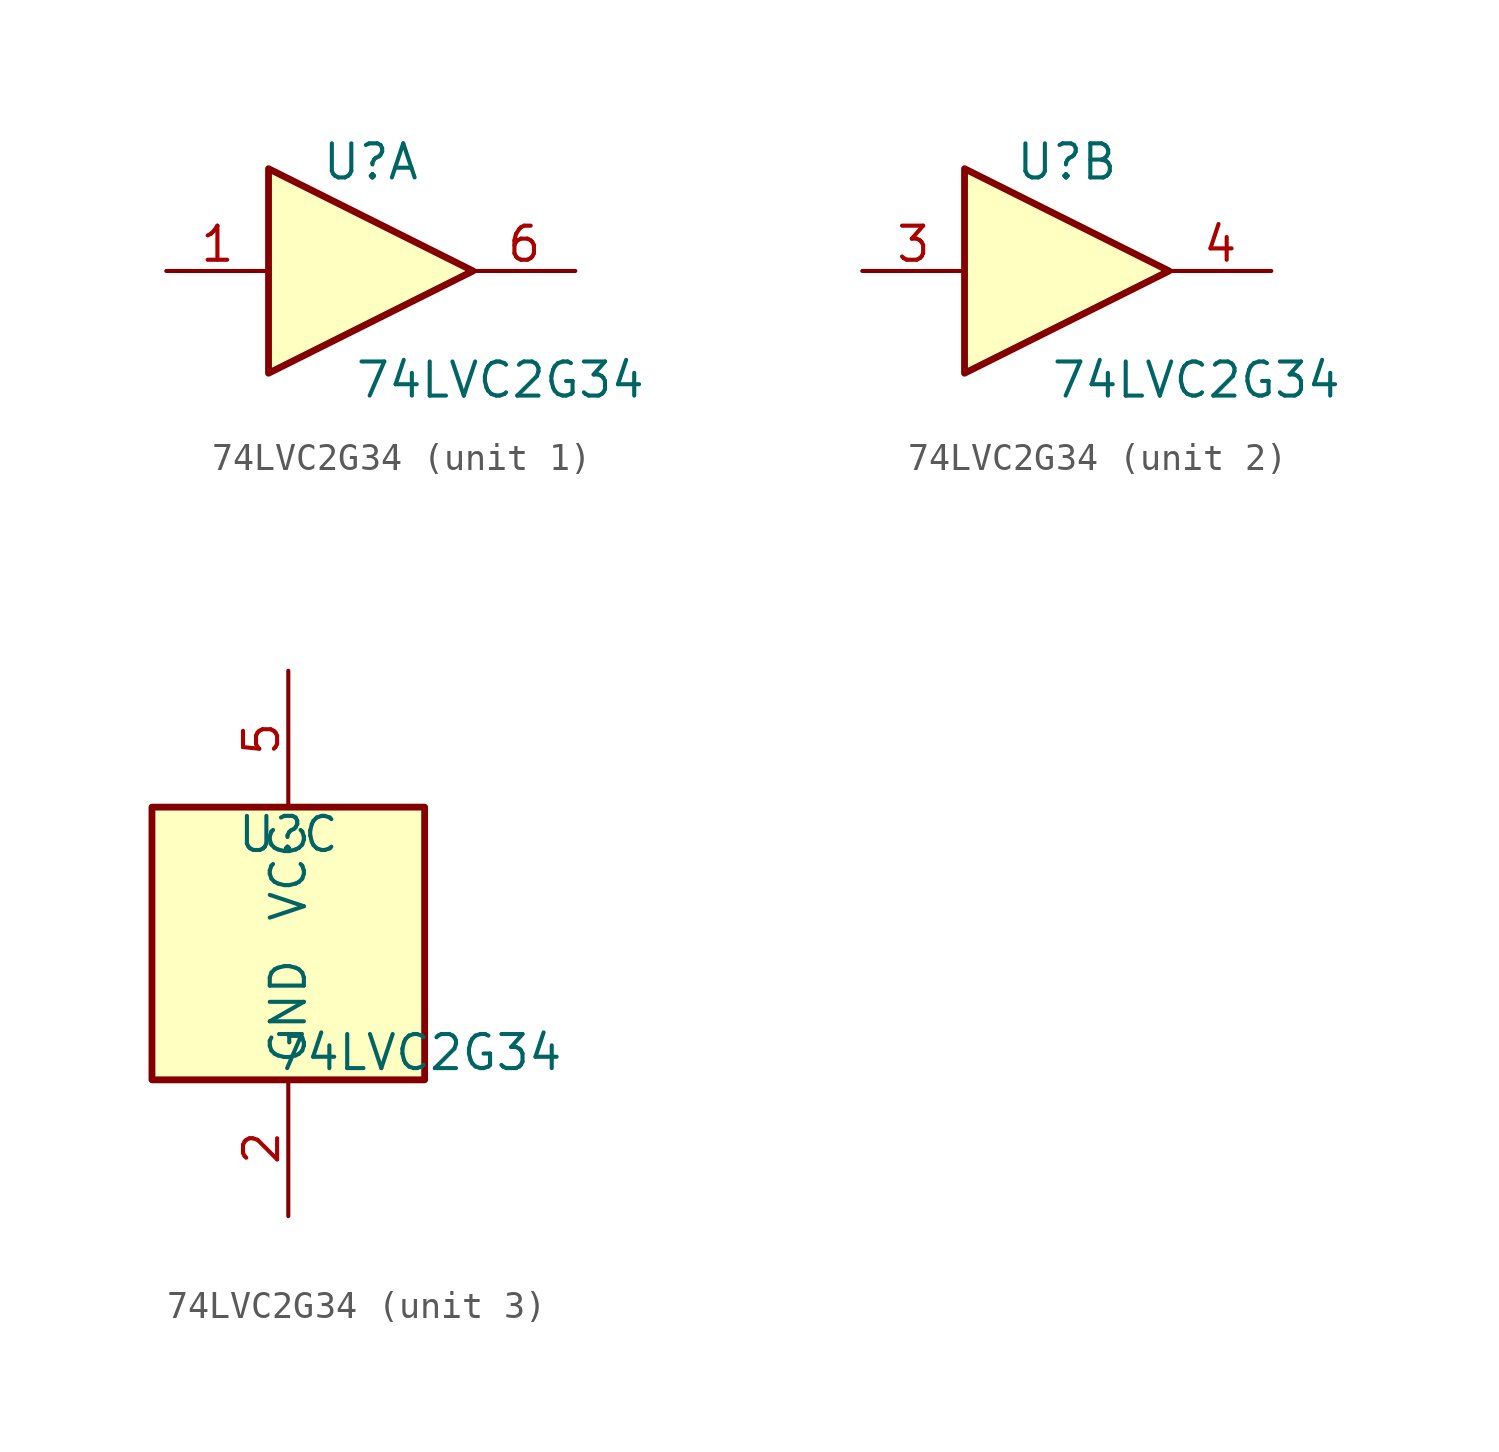
<source format=kicad_sym>
(kicad_symbol_lib
  (version 20231120)
  (generator "kicad_symbol_editor")
  (generator_version "8.0")
  (symbol "74LVC2G34"
    (property "Reference" "U"
      (at 0 4.064 0)
      (effects (font (size 1.27 1.27))))
    (property "Value" "74LVC2G34"
      (at 4.826 -4.064 0)
      (effects (font (size 1.27 1.27))))
    (symbol "74LVC2G34_1_0"
      (polyline (pts (xy -3.81 3.81) (xy -3.81 -3.81) (xy 3.81 0) (xy -3.81 3.81)) (stroke (width 0.254) (type default)) (fill (type background)))
      (pin input line (at -7.62 0 0) (length 3.81) (name "~" (effects (font (size 1.27 1.27)))) (number "1" (effects (font (size 1.27 1.27))))))
    (symbol "74LVC2G34_1_1"
      (pin output line (at 7.62 0 180) (length 3.81) (name "~" (effects (font (size 1.27 1.27)))) (number "6" (effects (font (size 1.27 1.27))))))
    (symbol "74LVC2G34_2_0"
      (polyline (pts (xy -3.81 3.81) (xy -3.81 -3.81) (xy 3.81 0) (xy -3.81 3.81)) (stroke (width 0.254) (type default)) (fill (type background)))
      (pin input line (at -7.62 0 0) (length 3.81) (name "~" (effects (font (size 1.27 1.27)))) (number "3" (effects (font (size 1.27 1.27))))))
    (symbol "74LVC2G34_2_1"
      (pin output line (at 7.62 0 180) (length 3.81) (name "~" (effects (font (size 1.27 1.27)))) (number "4" (effects (font (size 1.27 1.27))))))
    (symbol "74LVC2G34_3_0"
      (rectangle (start -5.08 -5.08) (end 5.08 5.08) (stroke (width 0.254) (type default)) (fill (type background))))
    (symbol "74LVC2G34_3_1"
      (pin power_in line (at 0 -10.16 90) (length 5.08) (name "GND" (effects (font (size 1.27 1.27)))) (number "2" (effects (font (size 1.27 1.27)))))
      (pin power_in line (at 0 10.16 270) (length 5.08) (name "VCC" (effects (font (size 1.27 1.27)))) (number "5" (effects (font (size 1.27 1.27))))))))
</source>
